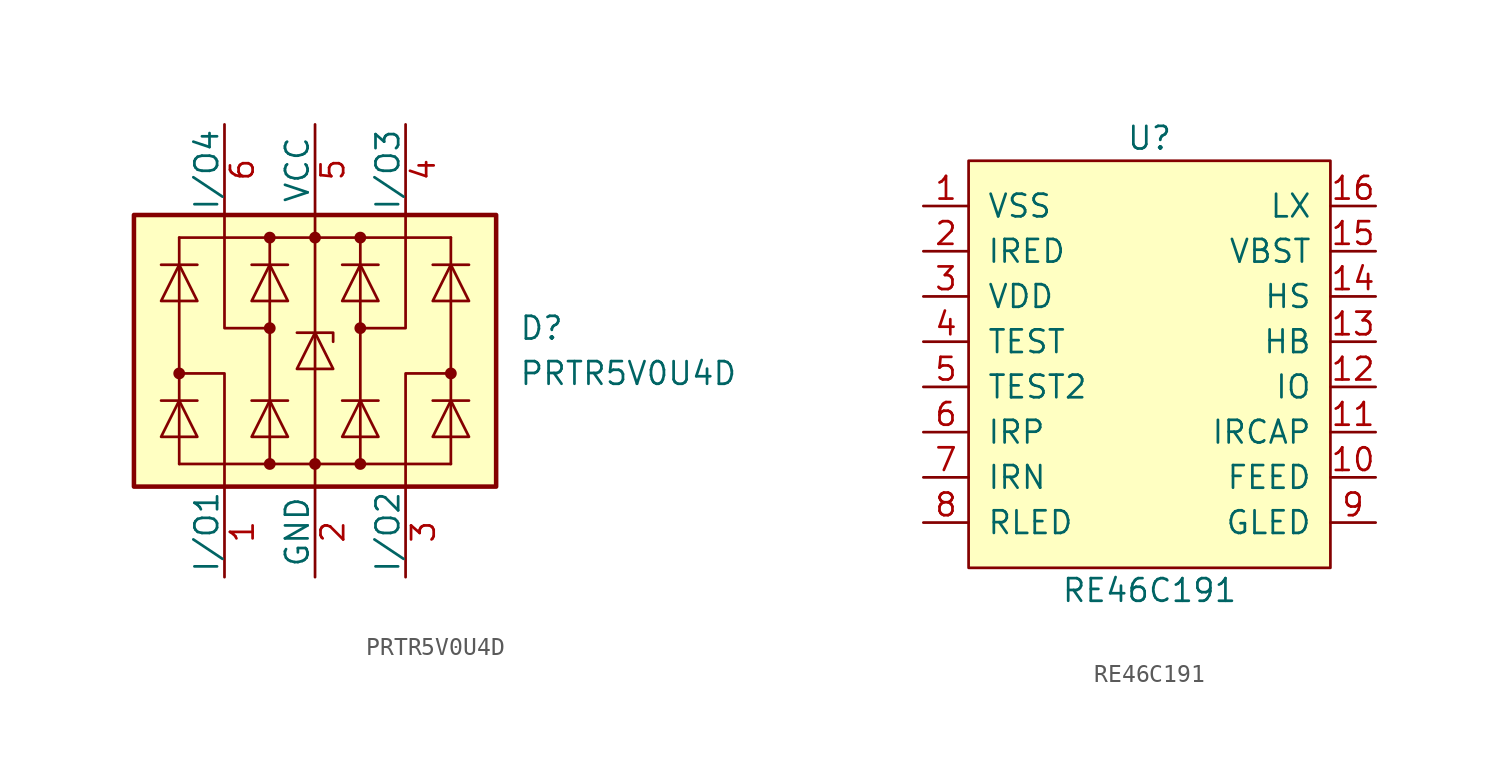
<source format=kicad_sym>
(kicad_symbol_lib
  (version 20211014)
  (generator kicad_symbol_editor)
  (symbol "PRTR5V0U4D"
    (pin_names
      (offset 0))
    (property "Reference" "D"
      (at 11.43 1.27 0)
      (effects (font (size 1.27 1.27)) (justify left)))
    (property "Value" "PRTR5V0U4D"
      (at 11.43 -1.27 0)
      (effects (font (size 1.27 1.27)) (justify left)))
    (symbol "PRTR5V0U4D_0_1"
      (rectangle (start -10.16 -7.62) (end 10.16 7.62) (stroke (width 0.254) (type default) (color 0 0 0 0)) (fill (type background)))
      (circle (center -7.62 -1.27) (radius 0.254) (stroke (width 0) (type default) (color 0 0 0 0)) (fill (type outline)))
      (circle (center -2.54 -6.35) (radius 0.254) (stroke (width 0) (type default) (color 0 0 0 0)) (fill (type outline)))
      (circle (center -2.54 1.27) (radius 0.254) (stroke (width 0) (type default) (color 0 0 0 0)) (fill (type outline)))
      (circle (center -2.54 6.35) (radius 0.254) (stroke (width 0) (type default) (color 0 0 0 0)) (fill (type outline)))
      (circle (center 0 -6.35) (radius 0.254) (stroke (width 0) (type default) (color 0 0 0 0)) (fill (type outline)))
      (polyline (pts (xy -8.636 -2.794) (xy -6.604 -2.794)) (stroke (width 0) (type default) (color 0 0 0 0)) (fill (type none)))
      (polyline (pts (xy -8.636 4.826) (xy -6.604 4.826)) (stroke (width 0) (type default) (color 0 0 0 0)) (fill (type none)))
      (polyline (pts (xy -7.62 -6.35) (xy 7.62 -6.35)) (stroke (width 0) (type default) (color 0 0 0 0)) (fill (type none)))
      (polyline (pts (xy -7.62 6.35) (xy -7.62 -6.35)) (stroke (width 0) (type default) (color 0 0 0 0)) (fill (type none)))
      (polyline (pts (xy -2.54 6.35) (xy -2.54 -6.35)) (stroke (width 0) (type default) (color 0 0 0 0)) (fill (type none)))
      (polyline (pts (xy -1.524 -2.794) (xy -3.556 -2.794)) (stroke (width 0) (type default) (color 0 0 0 0)) (fill (type none)))
      (polyline (pts (xy -1.524 4.826) (xy -3.556 4.826)) (stroke (width 0) (type default) (color 0 0 0 0)) (fill (type none)))
      (polyline (pts (xy 0 -7.62) (xy 0 7.62)) (stroke (width 0) (type default) (color 0 0 0 0)) (fill (type none)))
      (polyline (pts (xy 1.524 -2.794) (xy 3.556 -2.794)) (stroke (width 0) (type default) (color 0 0 0 0)) (fill (type none)))
      (polyline (pts (xy 1.524 4.826) (xy 3.556 4.826)) (stroke (width 0) (type default) (color 0 0 0 0)) (fill (type none)))
      (polyline (pts (xy 2.54 6.35) (xy 2.54 -6.35)) (stroke (width 0) (type default) (color 0 0 0 0)) (fill (type none)))
      (polyline (pts (xy 6.604 -2.794) (xy 8.636 -2.794)) (stroke (width 0) (type default) (color 0 0 0 0)) (fill (type none)))
      (polyline (pts (xy 6.604 4.826) (xy 8.636 4.826)) (stroke (width 0) (type default) (color 0 0 0 0)) (fill (type none)))
      (polyline (pts (xy 7.62 6.35) (xy -7.62 6.35)) (stroke (width 0) (type default) (color 0 0 0 0)) (fill (type none)))
      (polyline (pts (xy 7.62 6.35) (xy 7.62 -6.35)) (stroke (width 0) (type default) (color 0 0 0 0)) (fill (type none)))
      (polyline (pts (xy -7.62 -1.27) (xy -5.08 -1.27) (xy -5.08 -7.62)) (stroke (width 0) (type default) (color 0 0 0 0)) (fill (type none)))
      (polyline (pts (xy -2.54 1.27) (xy -5.08 1.27) (xy -5.08 7.62)) (stroke (width 0) (type default) (color 0 0 0 0)) (fill (type none)))
      (polyline (pts (xy -1.016 1.016) (xy 1.016 1.016) (xy 1.016 0.508)) (stroke (width 0) (type default) (color 0 0 0 0)) (fill (type none)))
      (polyline (pts (xy 2.54 1.27) (xy 5.08 1.27) (xy 5.08 7.62)) (stroke (width 0) (type default) (color 0 0 0 0)) (fill (type none)))
      (polyline (pts (xy 7.62 -1.27) (xy 5.08 -1.27) (xy 5.08 -7.62)) (stroke (width 0) (type default) (color 0 0 0 0)) (fill (type none)))
      (polyline (pts (xy -6.604 -4.826) (xy -8.636 -4.826) (xy -7.62 -2.794) (xy -6.604 -4.826)) (stroke (width 0) (type default) (color 0 0 0 0)) (fill (type none)))
      (polyline (pts (xy -6.604 2.794) (xy -8.636 2.794) (xy -7.62 4.826) (xy -6.604 2.794)) (stroke (width 0) (type default) (color 0 0 0 0)) (fill (type none)))
      (polyline (pts (xy -3.556 -4.826) (xy -1.524 -4.826) (xy -2.54 -2.794) (xy -3.556 -4.826)) (stroke (width 0) (type default) (color 0 0 0 0)) (fill (type none)))
      (polyline (pts (xy -3.556 2.794) (xy -1.524 2.794) (xy -2.54 4.826) (xy -3.556 2.794)) (stroke (width 0) (type default) (color 0 0 0 0)) (fill (type none)))
      (polyline (pts (xy 1.016 -1.016) (xy -1.016 -1.016) (xy 0 1.016) (xy 1.016 -1.016)) (stroke (width 0) (type default) (color 0 0 0 0)) (fill (type none)))
      (polyline (pts (xy 3.556 -4.826) (xy 1.524 -4.826) (xy 2.54 -2.794) (xy 3.556 -4.826)) (stroke (width 0) (type default) (color 0 0 0 0)) (fill (type none)))
      (polyline (pts (xy 3.556 2.794) (xy 1.524 2.794) (xy 2.54 4.826) (xy 3.556 2.794)) (stroke (width 0) (type default) (color 0 0 0 0)) (fill (type none)))
      (polyline (pts (xy 8.636 -4.826) (xy 6.604 -4.826) (xy 7.62 -2.794) (xy 8.636 -4.826)) (stroke (width 0) (type default) (color 0 0 0 0)) (fill (type none)))
      (polyline (pts (xy 8.636 2.794) (xy 6.604 2.794) (xy 7.62 4.826) (xy 8.636 2.794)) (stroke (width 0) (type default) (color 0 0 0 0)) (fill (type none)))
      (circle (center 0 6.35) (radius 0.254) (stroke (width 0) (type default) (color 0 0 0 0)) (fill (type outline)))
      (circle (center 2.54 -6.35) (radius 0.254) (stroke (width 0) (type default) (color 0 0 0 0)) (fill (type outline)))
      (circle (center 2.54 1.27) (radius 0.254) (stroke (width 0) (type default) (color 0 0 0 0)) (fill (type outline)))
      (circle (center 2.54 6.35) (radius 0.254) (stroke (width 0) (type default) (color 0 0 0 0)) (fill (type outline)))
      (circle (center 7.62 -1.27) (radius 0.254) (stroke (width 0) (type default) (color 0 0 0 0)) (fill (type outline))))
    (symbol "PRTR5V0U4D_1_1"
      (pin passive line (at -5.08 -12.7 90) (length 5.08) (name "I/O1" (effects (font (size 1.27 1.27)))) (number "1" (effects (font (size 1.27 1.27)))))
      (pin passive line (at 0 -12.7 90) (length 5.08) (name "GND" (effects (font (size 1.27 1.27)))) (number "2" (effects (font (size 1.27 1.27)))))
      (pin passive line (at 5.08 -12.7 90) (length 5.08) (name "I/O2" (effects (font (size 1.27 1.27)))) (number "3" (effects (font (size 1.27 1.27)))))
      (pin passive line (at 5.08 12.7 270) (length 5.08) (name "I/O3" (effects (font (size 1.27 1.27)))) (number "4" (effects (font (size 1.27 1.27)))))
      (pin passive line (at 0 12.7 270) (length 5.08) (name "VCC" (effects (font (size 1.27 1.27)))) (number "5" (effects (font (size 1.27 1.27)))))
      (pin passive line (at -5.08 12.7 270) (length 5.08) (name "I/O4" (effects (font (size 1.27 1.27)))) (number "6" (effects (font (size 1.27 1.27)))))))
  (symbol "RE46C191"
    (pin_names
      (offset 1.016))
    (property "Reference" "U"
      (at 0 12.7 0)
      (effects (font (size 1.27 1.27))))
    (property "Value" "RE46C191"
      (at 0 -12.7 0)
      (effects (font (size 1.27 1.27))))
    (symbol "RE46C191_0_1"
      (rectangle (start 10.16 11.43) (end -10.16 -11.43) (stroke (width 0) (type default) (color 0 0 0 0)) (fill (type background))))
    (symbol "RE46C191_1_1"
      (pin power_out line (at -12.7 8.89 0) (length 2.54) (name "VSS" (effects (font (size 1.27 1.27)))) (number "1" (effects (font (size 1.27 1.27)))))
      (pin passive line (at 12.7 -6.35 180) (length 2.54) (name "FEED" (effects (font (size 1.27 1.27)))) (number "10" (effects (font (size 1.27 1.27)))))
      (pin passive line (at 12.7 -3.81 180) (length 2.54) (name "IRCAP" (effects (font (size 1.27 1.27)))) (number "11" (effects (font (size 1.27 1.27)))))
      (pin bidirectional line (at 12.7 -1.27 180) (length 2.54) (name "IO" (effects (font (size 1.27 1.27)))) (number "12" (effects (font (size 1.27 1.27)))))
      (pin output line (at 12.7 1.27 180) (length 2.54) (name "HB" (effects (font (size 1.27 1.27)))) (number "13" (effects (font (size 1.27 1.27)))))
      (pin output line (at 12.7 3.81 180) (length 2.54) (name "HS" (effects (font (size 1.27 1.27)))) (number "14" (effects (font (size 1.27 1.27)))))
      (pin power_out line (at 12.7 6.35 180) (length 2.54) (name "VBST" (effects (font (size 1.27 1.27)))) (number "15" (effects (font (size 1.27 1.27)))))
      (pin open_collector line (at 12.7 8.89 180) (length 2.54) (name "LX" (effects (font (size 1.27 1.27)))) (number "16" (effects (font (size 1.27 1.27)))))
      (pin output line (at -12.7 6.35 0) (length 2.54) (name "IRED" (effects (font (size 1.27 1.27)))) (number "2" (effects (font (size 1.27 1.27)))))
      (pin power_in line (at -12.7 3.81 0) (length 2.54) (name "VDD" (effects (font (size 1.27 1.27)))) (number "3" (effects (font (size 1.27 1.27)))))
      (pin input line (at -12.7 1.27 0) (length 2.54) (name "TEST" (effects (font (size 1.27 1.27)))) (number "4" (effects (font (size 1.27 1.27)))))
      (pin input line (at -12.7 -1.27 0) (length 2.54) (name "TEST2" (effects (font (size 1.27 1.27)))) (number "5" (effects (font (size 1.27 1.27)))))
      (pin open_emitter line (at -12.7 -3.81 0) (length 2.54) (name "IRP" (effects (font (size 1.27 1.27)))) (number "6" (effects (font (size 1.27 1.27)))))
      (pin open_collector line (at -12.7 -6.35 0) (length 2.54) (name "IRN" (effects (font (size 1.27 1.27)))) (number "7" (effects (font (size 1.27 1.27)))))
      (pin open_collector line (at -12.7 -8.89 0) (length 2.54) (name "RLED" (effects (font (size 1.27 1.27)))) (number "8" (effects (font (size 1.27 1.27)))))
      (pin open_collector line (at 12.7 -8.89 180) (length 2.54) (name "GLED" (effects (font (size 1.27 1.27)))) (number "9" (effects (font (size 1.27 1.27))))))))
</source>
